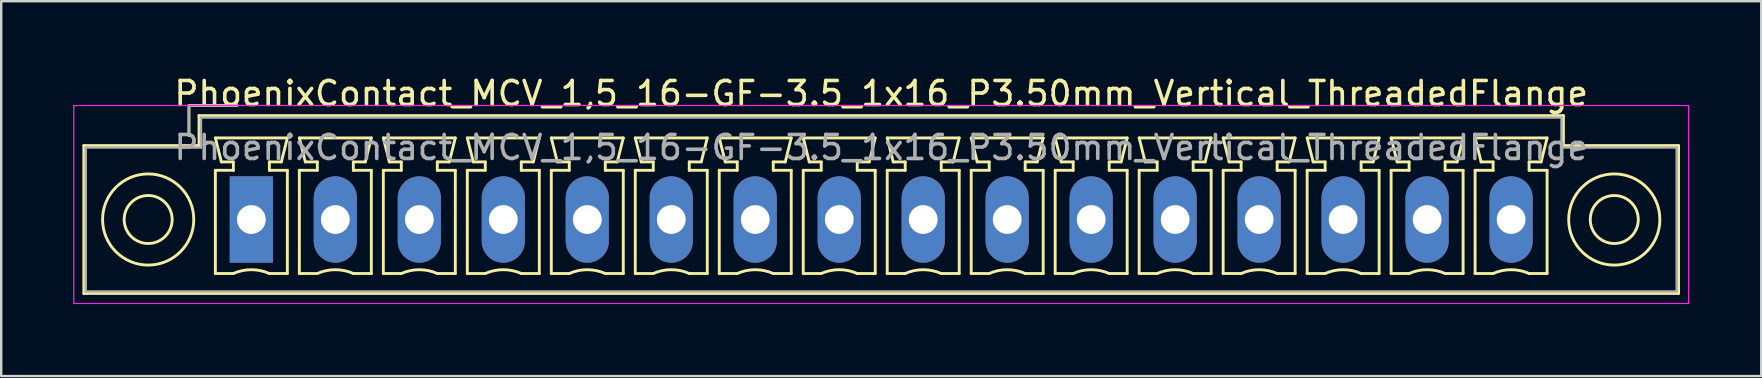
<source format=kicad_pcb>
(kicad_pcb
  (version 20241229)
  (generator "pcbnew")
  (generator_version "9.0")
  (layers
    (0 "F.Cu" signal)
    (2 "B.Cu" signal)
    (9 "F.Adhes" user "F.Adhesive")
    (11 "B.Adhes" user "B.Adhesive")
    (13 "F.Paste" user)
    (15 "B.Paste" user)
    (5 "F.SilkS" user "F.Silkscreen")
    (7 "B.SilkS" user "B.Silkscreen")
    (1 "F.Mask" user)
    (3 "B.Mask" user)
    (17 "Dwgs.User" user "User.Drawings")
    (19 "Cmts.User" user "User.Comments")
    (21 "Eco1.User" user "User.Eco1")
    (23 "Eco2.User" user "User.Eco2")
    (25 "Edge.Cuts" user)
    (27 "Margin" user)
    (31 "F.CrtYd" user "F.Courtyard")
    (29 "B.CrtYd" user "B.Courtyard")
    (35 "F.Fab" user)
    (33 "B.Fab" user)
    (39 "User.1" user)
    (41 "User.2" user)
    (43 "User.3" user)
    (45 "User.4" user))
  (footprint "PhoenixContact_MCV_1,5_16-GF-3.5_1x16_P3.50mm_Vertical_ThreadedFlange"
    (layer "F.Cu")
    (at 7.425 6.098)
    (property "Reference" "PhoenixContact_MCV_1,5_16-GF-3.5_1x16_P3.50mm_Vertical_ThreadedFlange" (at 26.25 -5.25 0) (layer "F.SilkS") (effects (font (size 1 1) (thickness 0.15))))
    (attr through_hole)
    (fp_line (start -6.98 -3.08) (end -6.98 3.08) (stroke (width 0.12) (type solid)) (layer "F.SilkS"))
    (fp_line (start -6.98 3.08) (end 59.48 3.08) (stroke (width 0.12) (type solid)) (layer "F.SilkS"))
    (fp_line (start -2.6 -4.75) (end -0.6 -4.75) (stroke (width 0.12) (type solid)) (layer "F.SilkS"))
    (fp_line (start -2.6 -3.5) (end -2.6 -4.75) (stroke (width 0.12) (type solid)) (layer "F.SilkS"))
    (fp_line (start -2.18 -4.33) (end -2.18 -3.08) (stroke (width 0.12) (type solid)) (layer "F.SilkS"))
    (fp_line (start -2.18 -3.08) (end -6.98 -3.08) (stroke (width 0.12) (type solid)) (layer "F.SilkS"))
    (fp_line (start -1.5 -3.4) (end 1.5 -3.4) (stroke (width 0.12) (type solid)) (layer "F.SilkS"))
    (fp_line (start -1.5 -2.05) (end -0.75 -2.05) (stroke (width 0.12) (type solid)) (layer "F.SilkS"))
    (fp_line (start -1.5 2.25) (end -1.5 -2.05) (stroke (width 0.12) (type solid)) (layer "F.SilkS"))
    (fp_line (start -1.25 -2.4) (end -1.5 -3.4) (stroke (width 0.12) (type solid)) (layer "F.SilkS"))
    (fp_line (start -0.75 -2.4) (end -1.25 -2.4) (stroke (width 0.12) (type solid)) (layer "F.SilkS"))
    (fp_line (start -0.75 -2.05) (end -0.75 -2.4) (stroke (width 0.12) (type solid)) (layer "F.SilkS"))
    (fp_line (start -0.75 2.25) (end -1.5 2.25) (stroke (width 0.12) (type solid)) (layer "F.SilkS"))
    (fp_line (start 0.75 -2.4) (end 0.75 -2.05) (stroke (width 0.12) (type solid)) (layer "F.SilkS"))
    (fp_line (start 0.75 -2.05) (end 1.5 -2.05) (stroke (width 0.12) (type solid)) (layer "F.SilkS"))
    (fp_line (start 1.25 -2.4) (end 0.75 -2.4) (stroke (width 0.12) (type solid)) (layer "F.SilkS"))
    (fp_line (start 1.5 -3.4) (end 1.25 -2.4) (stroke (width 0.12) (type solid)) (layer "F.SilkS"))
    (fp_line (start 1.5 -2.05) (end 1.5 2.25) (stroke (width 0.12) (type solid)) (layer "F.SilkS"))
    (fp_line (start 1.5 2.25) (end 0.75 2.25) (stroke (width 0.12) (type solid)) (layer "F.SilkS"))
    (fp_line (start 2 -3.4) (end 5 -3.4) (stroke (width 0.12) (type solid)) (layer "F.SilkS"))
    (fp_line (start 2 -2.05) (end 2.75 -2.05) (stroke (width 0.12) (type solid)) (layer "F.SilkS"))
    (fp_line (start 2 2.25) (end 2 -2.05) (stroke (width 0.12) (type solid)) (layer "F.SilkS"))
    (fp_line (start 2.25 -2.4) (end 2 -3.4) (stroke (width 0.12) (type solid)) (layer "F.SilkS"))
    (fp_line (start 2.75 -2.4) (end 2.25 -2.4) (stroke (width 0.12) (type solid)) (layer "F.SilkS"))
    (fp_line (start 2.75 -2.05) (end 2.75 -2.4) (stroke (width 0.12) (type solid)) (layer "F.SilkS"))
    (fp_line (start 2.75 2.25) (end 2 2.25) (stroke (width 0.12) (type solid)) (layer "F.SilkS"))
    (fp_line (start 4.25 -2.4) (end 4.25 -2.05) (stroke (width 0.12) (type solid)) (layer "F.SilkS"))
    (fp_line (start 4.25 -2.05) (end 5 -2.05) (stroke (width 0.12) (type solid)) (layer "F.SilkS"))
    (fp_line (start 4.75 -2.4) (end 4.25 -2.4) (stroke (width 0.12) (type solid)) (layer "F.SilkS"))
    (fp_line (start 5 -3.4) (end 4.75 -2.4) (stroke (width 0.12) (type solid)) (layer "F.SilkS"))
    (fp_line (start 5 -2.05) (end 5 2.25) (stroke (width 0.12) (type solid)) (layer "F.SilkS"))
    (fp_line (start 5 2.25) (end 4.25 2.25) (stroke (width 0.12) (type solid)) (layer "F.SilkS"))
    (fp_line (start 5.5 -3.4) (end 8.5 -3.4) (stroke (width 0.12) (type solid)) (layer "F.SilkS"))
    (fp_line (start 5.5 -2.05) (end 6.25 -2.05) (stroke (width 0.12) (type solid)) (layer "F.SilkS"))
    (fp_line (start 5.5 2.25) (end 5.5 -2.05) (stroke (width 0.12) (type solid)) (layer "F.SilkS"))
    (fp_line (start 5.75 -2.4) (end 5.5 -3.4) (stroke (width 0.12) (type solid)) (layer "F.SilkS"))
    (fp_line (start 6.25 -2.4) (end 5.75 -2.4) (stroke (width 0.12) (type solid)) (layer "F.SilkS"))
    (fp_line (start 6.25 -2.05) (end 6.25 -2.4) (stroke (width 0.12) (type solid)) (layer "F.SilkS"))
    (fp_line (start 6.25 2.25) (end 5.5 2.25) (stroke (width 0.12) (type solid)) (layer "F.SilkS"))
    (fp_line (start 7.75 -2.4) (end 7.75 -2.05) (stroke (width 0.12) (type solid)) (layer "F.SilkS"))
    (fp_line (start 7.75 -2.05) (end 8.5 -2.05) (stroke (width 0.12) (type solid)) (layer "F.SilkS"))
    (fp_line (start 8.25 -2.4) (end 7.75 -2.4) (stroke (width 0.12) (type solid)) (layer "F.SilkS"))
    (fp_line (start 8.5 -3.4) (end 8.25 -2.4) (stroke (width 0.12) (type solid)) (layer "F.SilkS"))
    (fp_line (start 8.5 -2.05) (end 8.5 2.25) (stroke (width 0.12) (type solid)) (layer "F.SilkS"))
    (fp_line (start 8.5 2.25) (end 7.75 2.25) (stroke (width 0.12) (type solid)) (layer "F.SilkS"))
    (fp_line (start 9 -3.4) (end 12 -3.4) (stroke (width 0.12) (type solid)) (layer "F.SilkS"))
    (fp_line (start 9 -2.05) (end 9.75 -2.05) (stroke (width 0.12) (type solid)) (layer "F.SilkS"))
    (fp_line (start 9 2.25) (end 9 -2.05) (stroke (width 0.12) (type solid)) (layer "F.SilkS"))
    (fp_line (start 9.25 -2.4) (end 9 -3.4) (stroke (width 0.12) (type solid)) (layer "F.SilkS"))
    (fp_line (start 9.75 -2.4) (end 9.25 -2.4) (stroke (width 0.12) (type solid)) (layer "F.SilkS"))
    (fp_line (start 9.75 -2.05) (end 9.75 -2.4) (stroke (width 0.12) (type solid)) (layer "F.SilkS"))
    (fp_line (start 9.75 2.25) (end 9 2.25) (stroke (width 0.12) (type solid)) (layer "F.SilkS"))
    (fp_line (start 11.25 -2.4) (end 11.25 -2.05) (stroke (width 0.12) (type solid)) (layer "F.SilkS"))
    (fp_line (start 11.25 -2.05) (end 12 -2.05) (stroke (width 0.12) (type solid)) (layer "F.SilkS"))
    (fp_line (start 11.75 -2.4) (end 11.25 -2.4) (stroke (width 0.12) (type solid)) (layer "F.SilkS"))
    (fp_line (start 12 -3.4) (end 11.75 -2.4) (stroke (width 0.12) (type solid)) (layer "F.SilkS"))
    (fp_line (start 12 -2.05) (end 12 2.25) (stroke (width 0.12) (type solid)) (layer "F.SilkS"))
    (fp_line (start 12 2.25) (end 11.25 2.25) (stroke (width 0.12) (type solid)) (layer "F.SilkS"))
    (fp_line (start 12.5 -3.4) (end 15.5 -3.4) (stroke (width 0.12) (type solid)) (layer "F.SilkS"))
    (fp_line (start 12.5 -2.05) (end 13.25 -2.05) (stroke (width 0.12) (type solid)) (layer "F.SilkS"))
    (fp_line (start 12.5 2.25) (end 12.5 -2.05) (stroke (width 0.12) (type solid)) (layer "F.SilkS"))
    (fp_line (start 12.75 -2.4) (end 12.5 -3.4) (stroke (width 0.12) (type solid)) (layer "F.SilkS"))
    (fp_line (start 13.25 -2.4) (end 12.75 -2.4) (stroke (width 0.12) (type solid)) (layer "F.SilkS"))
    (fp_line (start 13.25 -2.05) (end 13.25 -2.4) (stroke (width 0.12) (type solid)) (layer "F.SilkS"))
    (fp_line (start 13.25 2.25) (end 12.5 2.25) (stroke (width 0.12) (type solid)) (layer "F.SilkS"))
    (fp_line (start 14.75 -2.4) (end 14.75 -2.05) (stroke (width 0.12) (type solid)) (layer "F.SilkS"))
    (fp_line (start 14.75 -2.05) (end 15.5 -2.05) (stroke (width 0.12) (type solid)) (layer "F.SilkS"))
    (fp_line (start 15.25 -2.4) (end 14.75 -2.4) (stroke (width 0.12) (type solid)) (layer "F.SilkS"))
    (fp_line (start 15.5 -3.4) (end 15.25 -2.4) (stroke (width 0.12) (type solid)) (layer "F.SilkS"))
    (fp_line (start 15.5 -2.05) (end 15.5 2.25) (stroke (width 0.12) (type solid)) (layer "F.SilkS"))
    (fp_line (start 15.5 2.25) (end 14.75 2.25) (stroke (width 0.12) (type solid)) (layer "F.SilkS"))
    (fp_line (start 16 -3.4) (end 19 -3.4) (stroke (width 0.12) (type solid)) (layer "F.SilkS"))
    (fp_line (start 16 -2.05) (end 16.75 -2.05) (stroke (width 0.12) (type solid)) (layer "F.SilkS"))
    (fp_line (start 16 2.25) (end 16 -2.05) (stroke (width 0.12) (type solid)) (layer "F.SilkS"))
    (fp_line (start 16.25 -2.4) (end 16 -3.4) (stroke (width 0.12) (type solid)) (layer "F.SilkS"))
    (fp_line (start 16.75 -2.4) (end 16.25 -2.4) (stroke (width 0.12) (type solid)) (layer "F.SilkS"))
    (fp_line (start 16.75 -2.05) (end 16.75 -2.4) (stroke (width 0.12) (type solid)) (layer "F.SilkS"))
    (fp_line (start 16.75 2.25) (end 16 2.25) (stroke (width 0.12) (type solid)) (layer "F.SilkS"))
    (fp_line (start 18.25 -2.4) (end 18.25 -2.05) (stroke (width 0.12) (type solid)) (layer "F.SilkS"))
    (fp_line (start 18.25 -2.05) (end 19 -2.05) (stroke (width 0.12) (type solid)) (layer "F.SilkS"))
    (fp_line (start 18.75 -2.4) (end 18.25 -2.4) (stroke (width 0.12) (type solid)) (layer "F.SilkS"))
    (fp_line (start 19 -3.4) (end 18.75 -2.4) (stroke (width 0.12) (type solid)) (layer "F.SilkS"))
    (fp_line (start 19 -2.05) (end 19 2.25) (stroke (width 0.12) (type solid)) (layer "F.SilkS"))
    (fp_line (start 19 2.25) (end 18.25 2.25) (stroke (width 0.12) (type solid)) (layer "F.SilkS"))
    (fp_line (start 19.5 -3.4) (end 22.5 -3.4) (stroke (width 0.12) (type solid)) (layer "F.SilkS"))
    (fp_line (start 19.5 -2.05) (end 20.25 -2.05) (stroke (width 0.12) (type solid)) (layer "F.SilkS"))
    (fp_line (start 19.5 2.25) (end 19.5 -2.05) (stroke (width 0.12) (type solid)) (layer "F.SilkS"))
    (fp_line (start 19.75 -2.4) (end 19.5 -3.4) (stroke (width 0.12) (type solid)) (layer "F.SilkS"))
    (fp_line (start 20.25 -2.4) (end 19.75 -2.4) (stroke (width 0.12) (type solid)) (layer "F.SilkS"))
    (fp_line (start 20.25 -2.05) (end 20.25 -2.4) (stroke (width 0.12) (type solid)) (layer "F.SilkS"))
    (fp_line (start 20.25 2.25) (end 19.5 2.25) (stroke (width 0.12) (type solid)) (layer "F.SilkS"))
    (fp_line (start 21.75 -2.4) (end 21.75 -2.05) (stroke (width 0.12) (type solid)) (layer "F.SilkS"))
    (fp_line (start 21.75 -2.05) (end 22.5 -2.05) (stroke (width 0.12) (type solid)) (layer "F.SilkS"))
    (fp_line (start 22.25 -2.4) (end 21.75 -2.4) (stroke (width 0.12) (type solid)) (layer "F.SilkS"))
    (fp_line (start 22.5 -3.4) (end 22.25 -2.4) (stroke (width 0.12) (type solid)) (layer "F.SilkS"))
    (fp_line (start 22.5 -2.05) (end 22.5 2.25) (stroke (width 0.12) (type solid)) (layer "F.SilkS"))
    (fp_line (start 22.5 2.25) (end 21.75 2.25) (stroke (width 0.12) (type solid)) (layer "F.SilkS"))
    (fp_line (start 23 -3.4) (end 26 -3.4) (stroke (width 0.12) (type solid)) (layer "F.SilkS"))
    (fp_line (start 23 -2.05) (end 23.75 -2.05) (stroke (width 0.12) (type solid)) (layer "F.SilkS"))
    (fp_line (start 23 2.25) (end 23 -2.05) (stroke (width 0.12) (type solid)) (layer "F.SilkS"))
    (fp_line (start 23.25 -2.4) (end 23 -3.4) (stroke (width 0.12) (type solid)) (layer "F.SilkS"))
    (fp_line (start 23.75 -2.4) (end 23.25 -2.4) (stroke (width 0.12) (type solid)) (layer "F.SilkS"))
    (fp_line (start 23.75 -2.05) (end 23.75 -2.4) (stroke (width 0.12) (type solid)) (layer "F.SilkS"))
    (fp_line (start 23.75 2.25) (end 23 2.25) (stroke (width 0.12) (type solid)) (layer "F.SilkS"))
    (fp_line (start 25.25 -2.4) (end 25.25 -2.05) (stroke (width 0.12) (type solid)) (layer "F.SilkS"))
    (fp_line (start 25.25 -2.05) (end 26 -2.05) (stroke (width 0.12) (type solid)) (layer "F.SilkS"))
    (fp_line (start 25.75 -2.4) (end 25.25 -2.4) (stroke (width 0.12) (type solid)) (layer "F.SilkS"))
    (fp_line (start 26 -3.4) (end 25.75 -2.4) (stroke (width 0.12) (type solid)) (layer "F.SilkS"))
    (fp_line (start 26 -2.05) (end 26 2.25) (stroke (width 0.12) (type solid)) (layer "F.SilkS"))
    (fp_line (start 26 2.25) (end 25.25 2.25) (stroke (width 0.12) (type solid)) (layer "F.SilkS"))
    (fp_line (start 26.5 -3.4) (end 29.5 -3.4) (stroke (width 0.12) (type solid)) (layer "F.SilkS"))
    (fp_line (start 26.5 -2.05) (end 27.25 -2.05) (stroke (width 0.12) (type solid)) (layer "F.SilkS"))
    (fp_line (start 26.5 2.25) (end 26.5 -2.05) (stroke (width 0.12) (type solid)) (layer "F.SilkS"))
    (fp_line (start 26.75 -2.4) (end 26.5 -3.4) (stroke (width 0.12) (type solid)) (layer "F.SilkS"))
    (fp_line (start 27.25 -2.4) (end 26.75 -2.4) (stroke (width 0.12) (type solid)) (layer "F.SilkS"))
    (fp_line (start 27.25 -2.05) (end 27.25 -2.4) (stroke (width 0.12) (type solid)) (layer "F.SilkS"))
    (fp_line (start 27.25 2.25) (end 26.5 2.25) (stroke (width 0.12) (type solid)) (layer "F.SilkS"))
    (fp_line (start 28.75 -2.4) (end 28.75 -2.05) (stroke (width 0.12) (type solid)) (layer "F.SilkS"))
    (fp_line (start 28.75 -2.05) (end 29.5 -2.05) (stroke (width 0.12) (type solid)) (layer "F.SilkS"))
    (fp_line (start 29.25 -2.4) (end 28.75 -2.4) (stroke (width 0.12) (type solid)) (layer "F.SilkS"))
    (fp_line (start 29.5 -3.4) (end 29.25 -2.4) (stroke (width 0.12) (type solid)) (layer "F.SilkS"))
    (fp_line (start 29.5 -2.05) (end 29.5 2.25) (stroke (width 0.12) (type solid)) (layer "F.SilkS"))
    (fp_line (start 29.5 2.25) (end 28.75 2.25) (stroke (width 0.12) (type solid)) (layer "F.SilkS"))
    (fp_line (start 30 -3.4) (end 33 -3.4) (stroke (width 0.12) (type solid)) (layer "F.SilkS"))
    (fp_line (start 30 -2.05) (end 30.75 -2.05) (stroke (width 0.12) (type solid)) (layer "F.SilkS"))
    (fp_line (start 30 2.25) (end 30 -2.05) (stroke (width 0.12) (type solid)) (layer "F.SilkS"))
    (fp_line (start 30.25 -2.4) (end 30 -3.4) (stroke (width 0.12) (type solid)) (layer "F.SilkS"))
    (fp_line (start 30.75 -2.4) (end 30.25 -2.4) (stroke (width 0.12) (type solid)) (layer "F.SilkS"))
    (fp_line (start 30.75 -2.05) (end 30.75 -2.4) (stroke (width 0.12) (type solid)) (layer "F.SilkS"))
    (fp_line (start 30.75 2.25) (end 30 2.25) (stroke (width 0.12) (type solid)) (layer "F.SilkS"))
    (fp_line (start 32.25 -2.4) (end 32.25 -2.05) (stroke (width 0.12) (type solid)) (layer "F.SilkS"))
    (fp_line (start 32.25 -2.05) (end 33 -2.05) (stroke (width 0.12) (type solid)) (layer "F.SilkS"))
    (fp_line (start 32.75 -2.4) (end 32.25 -2.4) (stroke (width 0.12) (type solid)) (layer "F.SilkS"))
    (fp_line (start 33 -3.4) (end 32.75 -2.4) (stroke (width 0.12) (type solid)) (layer "F.SilkS"))
    (fp_line (start 33 -2.05) (end 33 2.25) (stroke (width 0.12) (type solid)) (layer "F.SilkS"))
    (fp_line (start 33 2.25) (end 32.25 2.25) (stroke (width 0.12) (type solid)) (layer "F.SilkS"))
    (fp_line (start 33.5 -3.4) (end 36.5 -3.4) (stroke (width 0.12) (type solid)) (layer "F.SilkS"))
    (fp_line (start 33.5 -2.05) (end 34.25 -2.05) (stroke (width 0.12) (type solid)) (layer "F.SilkS"))
    (fp_line (start 33.5 2.25) (end 33.5 -2.05) (stroke (width 0.12) (type solid)) (layer "F.SilkS"))
    (fp_line (start 33.75 -2.4) (end 33.5 -3.4) (stroke (width 0.12) (type solid)) (layer "F.SilkS"))
    (fp_line (start 34.25 -2.4) (end 33.75 -2.4) (stroke (width 0.12) (type solid)) (layer "F.SilkS"))
    (fp_line (start 34.25 -2.05) (end 34.25 -2.4) (stroke (width 0.12) (type solid)) (layer "F.SilkS"))
    (fp_line (start 34.25 2.25) (end 33.5 2.25) (stroke (width 0.12) (type solid)) (layer "F.SilkS"))
    (fp_line (start 35.75 -2.4) (end 35.75 -2.05) (stroke (width 0.12) (type solid)) (layer "F.SilkS"))
    (fp_line (start 35.75 -2.05) (end 36.5 -2.05) (stroke (width 0.12) (type solid)) (layer "F.SilkS"))
    (fp_line (start 36.25 -2.4) (end 35.75 -2.4) (stroke (width 0.12) (type solid)) (layer "F.SilkS"))
    (fp_line (start 36.5 -3.4) (end 36.25 -2.4) (stroke (width 0.12) (type solid)) (layer "F.SilkS"))
    (fp_line (start 36.5 -2.05) (end 36.5 2.25) (stroke (width 0.12) (type solid)) (layer "F.SilkS"))
    (fp_line (start 36.5 2.25) (end 35.75 2.25) (stroke (width 0.12) (type solid)) (layer "F.SilkS"))
    (fp_line (start 37 -3.4) (end 40 -3.4) (stroke (width 0.12) (type solid)) (layer "F.SilkS"))
    (fp_line (start 37 -2.05) (end 37.75 -2.05) (stroke (width 0.12) (type solid)) (layer "F.SilkS"))
    (fp_line (start 37 2.25) (end 37 -2.05) (stroke (width 0.12) (type solid)) (layer "F.SilkS"))
    (fp_line (start 37.25 -2.4) (end 37 -3.4) (stroke (width 0.12) (type solid)) (layer "F.SilkS"))
    (fp_line (start 37.75 -2.4) (end 37.25 -2.4) (stroke (width 0.12) (type solid)) (layer "F.SilkS"))
    (fp_line (start 37.75 -2.05) (end 37.75 -2.4) (stroke (width 0.12) (type solid)) (layer "F.SilkS"))
    (fp_line (start 37.75 2.25) (end 37 2.25) (stroke (width 0.12) (type solid)) (layer "F.SilkS"))
    (fp_line (start 39.25 -2.4) (end 39.25 -2.05) (stroke (width 0.12) (type solid)) (layer "F.SilkS"))
    (fp_line (start 39.25 -2.05) (end 40 -2.05) (stroke (width 0.12) (type solid)) (layer "F.SilkS"))
    (fp_line (start 39.75 -2.4) (end 39.25 -2.4) (stroke (width 0.12) (type solid)) (layer "F.SilkS"))
    (fp_line (start 40 -3.4) (end 39.75 -2.4) (stroke (width 0.12) (type solid)) (layer "F.SilkS"))
    (fp_line (start 40 -2.05) (end 40 2.25) (stroke (width 0.12) (type solid)) (layer "F.SilkS"))
    (fp_line (start 40 2.25) (end 39.25 2.25) (stroke (width 0.12) (type solid)) (layer "F.SilkS"))
    (fp_line (start 40.5 -3.4) (end 43.5 -3.4) (stroke (width 0.12) (type solid)) (layer "F.SilkS"))
    (fp_line (start 40.5 -2.05) (end 41.25 -2.05) (stroke (width 0.12) (type solid)) (layer "F.SilkS"))
    (fp_line (start 40.5 2.25) (end 40.5 -2.05) (stroke (width 0.12) (type solid)) (layer "F.SilkS"))
    (fp_line (start 40.75 -2.4) (end 40.5 -3.4) (stroke (width 0.12) (type solid)) (layer "F.SilkS"))
    (fp_line (start 41.25 -2.4) (end 40.75 -2.4) (stroke (width 0.12) (type solid)) (layer "F.SilkS"))
    (fp_line (start 41.25 -2.05) (end 41.25 -2.4) (stroke (width 0.12) (type solid)) (layer "F.SilkS"))
    (fp_line (start 41.25 2.25) (end 40.5 2.25) (stroke (width 0.12) (type solid)) (layer "F.SilkS"))
    (fp_line (start 42.75 -2.4) (end 42.75 -2.05) (stroke (width 0.12) (type solid)) (layer "F.SilkS"))
    (fp_line (start 42.75 -2.05) (end 43.5 -2.05) (stroke (width 0.12) (type solid)) (layer "F.SilkS"))
    (fp_line (start 43.25 -2.4) (end 42.75 -2.4) (stroke (width 0.12) (type solid)) (layer "F.SilkS"))
    (fp_line (start 43.5 -3.4) (end 43.25 -2.4) (stroke (width 0.12) (type solid)) (layer "F.SilkS"))
    (fp_line (start 43.5 -2.05) (end 43.5 2.25) (stroke (width 0.12) (type solid)) (layer "F.SilkS"))
    (fp_line (start 43.5 2.25) (end 42.75 2.25) (stroke (width 0.12) (type solid)) (layer "F.SilkS"))
    (fp_line (start 44 -3.4) (end 47 -3.4) (stroke (width 0.12) (type solid)) (layer "F.SilkS"))
    (fp_line (start 44 -2.05) (end 44.75 -2.05) (stroke (width 0.12) (type solid)) (layer "F.SilkS"))
    (fp_line (start 44 2.25) (end 44 -2.05) (stroke (width 0.12) (type solid)) (layer "F.SilkS"))
    (fp_line (start 44.25 -2.4) (end 44 -3.4) (stroke (width 0.12) (type solid)) (layer "F.SilkS"))
    (fp_line (start 44.75 -2.4) (end 44.25 -2.4) (stroke (width 0.12) (type solid)) (layer "F.SilkS"))
    (fp_line (start 44.75 -2.05) (end 44.75 -2.4) (stroke (width 0.12) (type solid)) (layer "F.SilkS"))
    (fp_line (start 44.75 2.25) (end 44 2.25) (stroke (width 0.12) (type solid)) (layer "F.SilkS"))
    (fp_line (start 46.25 -2.4) (end 46.25 -2.05) (stroke (width 0.12) (type solid)) (layer "F.SilkS"))
    (fp_line (start 46.25 -2.05) (end 47 -2.05) (stroke (width 0.12) (type solid)) (layer "F.SilkS"))
    (fp_line (start 46.75 -2.4) (end 46.25 -2.4) (stroke (width 0.12) (type solid)) (layer "F.SilkS"))
    (fp_line (start 47 -3.4) (end 46.75 -2.4) (stroke (width 0.12) (type solid)) (layer "F.SilkS"))
    (fp_line (start 47 -2.05) (end 47 2.25) (stroke (width 0.12) (type solid)) (layer "F.SilkS"))
    (fp_line (start 47 2.25) (end 46.25 2.25) (stroke (width 0.12) (type solid)) (layer "F.SilkS"))
    (fp_line (start 47.5 -3.4) (end 50.5 -3.4) (stroke (width 0.12) (type solid)) (layer "F.SilkS"))
    (fp_line (start 47.5 -2.05) (end 48.25 -2.05) (stroke (width 0.12) (type solid)) (layer "F.SilkS"))
    (fp_line (start 47.5 2.25) (end 47.5 -2.05) (stroke (width 0.12) (type solid)) (layer "F.SilkS"))
    (fp_line (start 47.75 -2.4) (end 47.5 -3.4) (stroke (width 0.12) (type solid)) (layer "F.SilkS"))
    (fp_line (start 48.25 -2.4) (end 47.75 -2.4) (stroke (width 0.12) (type solid)) (layer "F.SilkS"))
    (fp_line (start 48.25 -2.05) (end 48.25 -2.4) (stroke (width 0.12) (type solid)) (layer "F.SilkS"))
    (fp_line (start 48.25 2.25) (end 47.5 2.25) (stroke (width 0.12) (type solid)) (layer "F.SilkS"))
    (fp_line (start 49.75 -2.4) (end 49.75 -2.05) (stroke (width 0.12) (type solid)) (layer "F.SilkS"))
    (fp_line (start 49.75 -2.05) (end 50.5 -2.05) (stroke (width 0.12) (type solid)) (layer "F.SilkS"))
    (fp_line (start 50.25 -2.4) (end 49.75 -2.4) (stroke (width 0.12) (type solid)) (layer "F.SilkS"))
    (fp_line (start 50.5 -3.4) (end 50.25 -2.4) (stroke (width 0.12) (type solid)) (layer "F.SilkS"))
    (fp_line (start 50.5 -2.05) (end 50.5 2.25) (stroke (width 0.12) (type solid)) (layer "F.SilkS"))
    (fp_line (start 50.5 2.25) (end 49.75 2.25) (stroke (width 0.12) (type solid)) (layer "F.SilkS"))
    (fp_line (start 51 -3.4) (end 54 -3.4) (stroke (width 0.12) (type solid)) (layer "F.SilkS"))
    (fp_line (start 51 -2.05) (end 51.75 -2.05) (stroke (width 0.12) (type solid)) (layer "F.SilkS"))
    (fp_line (start 51 2.25) (end 51 -2.05) (stroke (width 0.12) (type solid)) (layer "F.SilkS"))
    (fp_line (start 51.25 -2.4) (end 51 -3.4) (stroke (width 0.12) (type solid)) (layer "F.SilkS"))
    (fp_line (start 51.75 -2.4) (end 51.25 -2.4) (stroke (width 0.12) (type solid)) (layer "F.SilkS"))
    (fp_line (start 51.75 -2.05) (end 51.75 -2.4) (stroke (width 0.12) (type solid)) (layer "F.SilkS"))
    (fp_line (start 51.75 2.25) (end 51 2.25) (stroke (width 0.12) (type solid)) (layer "F.SilkS"))
    (fp_line (start 53.25 -2.4) (end 53.25 -2.05) (stroke (width 0.12) (type solid)) (layer "F.SilkS"))
    (fp_line (start 53.25 -2.05) (end 54 -2.05) (stroke (width 0.12) (type solid)) (layer "F.SilkS"))
    (fp_line (start 53.75 -2.4) (end 53.25 -2.4) (stroke (width 0.12) (type solid)) (layer "F.SilkS"))
    (fp_line (start 54 -3.4) (end 53.75 -2.4) (stroke (width 0.12) (type solid)) (layer "F.SilkS"))
    (fp_line (start 54 -2.05) (end 54 2.25) (stroke (width 0.12) (type solid)) (layer "F.SilkS"))
    (fp_line (start 54 2.25) (end 53.25 2.25) (stroke (width 0.12) (type solid)) (layer "F.SilkS"))
    (fp_line (start 54.68 -4.33) (end -2.18 -4.33) (stroke (width 0.12) (type solid)) (layer "F.SilkS"))
    (fp_line (start 54.68 -3.08) (end 54.68 -4.33) (stroke (width 0.12) (type solid)) (layer "F.SilkS"))
    (fp_line (start 59.48 -3.08) (end 54.68 -3.08) (stroke (width 0.12) (type solid)) (layer "F.SilkS"))
    (fp_line (start 59.48 3.08) (end 59.48 -3.08) (stroke (width 0.12) (type solid)) (layer "F.SilkS"))
    (fp_arc (start -0.75 2.25) (mid -0.000193 2.09191) (end 0.749647 2.249844) (stroke (width 0.12) (type solid)) (layer "F.SilkS"))
    (fp_arc (start 2.75 2.25) (mid 3.499807 2.09191) (end 4.249647 2.249844) (stroke (width 0.12) (type solid)) (layer "F.SilkS"))
    (fp_arc (start 6.25 2.25) (mid 6.999807 2.09191) (end 7.749647 2.249844) (stroke (width 0.12) (type solid)) (layer "F.SilkS"))
    (fp_arc (start 9.75 2.25) (mid 10.499807 2.09191) (end 11.249647 2.249844) (stroke (width 0.12) (type solid)) (layer "F.SilkS"))
    (fp_arc (start 13.25 2.25) (mid 13.999807 2.09191) (end 14.749647 2.249844) (stroke (width 0.12) (type solid)) (layer "F.SilkS"))
    (fp_arc (start 16.75 2.25) (mid 17.499807 2.09191) (end 18.249647 2.249844) (stroke (width 0.12) (type solid)) (layer "F.SilkS"))
    (fp_arc (start 20.25 2.25) (mid 20.999807 2.09191) (end 21.749647 2.249844) (stroke (width 0.12) (type solid)) (layer "F.SilkS"))
    (fp_arc (start 23.75 2.25) (mid 24.499807 2.09191) (end 25.249647 2.249844) (stroke (width 0.12) (type solid)) (layer "F.SilkS"))
    (fp_arc (start 27.25 2.25) (mid 27.999807 2.09191) (end 28.749647 2.249844) (stroke (width 0.12) (type solid)) (layer "F.SilkS"))
    (fp_arc (start 30.75 2.25) (mid 31.499807 2.09191) (end 32.249647 2.249844) (stroke (width 0.12) (type solid)) (layer "F.SilkS"))
    (fp_arc (start 34.25 2.25) (mid 34.999807 2.09191) (end 35.749647 2.249844) (stroke (width 0.12) (type solid)) (layer "F.SilkS"))
    (fp_arc (start 37.75 2.25) (mid 38.499807 2.09191) (end 39.249647 2.249844) (stroke (width 0.12) (type solid)) (layer "F.SilkS"))
    (fp_arc (start 41.25 2.25) (mid 41.999807 2.09191) (end 42.749647 2.249844) (stroke (width 0.12) (type solid)) (layer "F.SilkS"))
    (fp_arc (start 44.75 2.25) (mid 45.499807 2.09191) (end 46.249647 2.249844) (stroke (width 0.12) (type solid)) (layer "F.SilkS"))
    (fp_arc (start 48.25 2.25) (mid 48.999807 2.09191) (end 49.749647 2.249844) (stroke (width 0.12) (type solid)) (layer "F.SilkS"))
    (fp_arc (start 51.75 2.25) (mid 52.499807 2.09191) (end 53.249647 2.249844) (stroke (width 0.12) (type solid)) (layer "F.SilkS"))
    (fp_circle (center -4.3 0) (end -3.3 0) (stroke (width 0.12) (type solid)) (fill no) (layer "F.SilkS"))
    (fp_circle (center -4.3 0) (end -2.4 0) (stroke (width 0.12) (type solid)) (fill no) (layer "F.SilkS"))
    (fp_circle (center 56.8 0) (end 57.8 0) (stroke (width 0.12) (type solid)) (fill no) (layer "F.SilkS"))
    (fp_circle (center 56.8 0) (end 58.7 0) (stroke (width 0.12) (type solid)) (fill no) (layer "F.SilkS"))
    (fp_line (start -7.4 -4.75) (end -7.4 3.5) (stroke (width 0.05) (type solid)) (layer "F.CrtYd"))
    (fp_line (start -7.4 3.5) (end 59.9 3.5) (stroke (width 0.05) (type solid)) (layer "F.CrtYd"))
    (fp_line (start 59.9 -4.75) (end -7.4 -4.75) (stroke (width 0.05) (type solid)) (layer "F.CrtYd"))
    (fp_line (start 59.9 3.5) (end 59.9 -4.75) (stroke (width 0.05) (type solid)) (layer "F.CrtYd"))
    (fp_line (start -6.9 -3) (end -6.9 3) (stroke (width 0.1) (type solid)) (layer "F.Fab"))
    (fp_line (start -6.9 3) (end 59.4 3) (stroke (width 0.1) (type solid)) (layer "F.Fab"))
    (fp_line (start -2.6 -4.75) (end -0.6 -4.75) (stroke (width 0.1) (type solid)) (layer "F.Fab"))
    (fp_line (start -2.6 -3.5) (end -2.6 -4.75) (stroke (width 0.1) (type solid)) (layer "F.Fab"))
    (fp_line (start -2.1 -4.25) (end -2.1 -3) (stroke (width 0.1) (type solid)) (layer "F.Fab"))
    (fp_line (start -2.1 -3) (end -6.9 -3) (stroke (width 0.1) (type solid)) (layer "F.Fab"))
    (fp_line (start 54.6 -4.25) (end -2.1 -4.25) (stroke (width 0.1) (type solid)) (layer "F.Fab"))
    (fp_line (start 54.6 -3) (end 54.6 -4.25) (stroke (width 0.1) (type solid)) (layer "F.Fab"))
    (fp_line (start 59.4 -3) (end 54.6 -3) (stroke (width 0.1) (type solid)) (layer "F.Fab"))
    (fp_line (start 59.4 3) (end 59.4 -3) (stroke (width 0.1) (type solid)) (layer "F.Fab"))
    (fp_text user "${REFERENCE}" (at 26.25 -3 0) (layer "F.Fab") (effects (font (size 1 1) (thickness 0.15))))
    (pad "1" thru_hole rect (at 0 0) (size 1.8 3.6) (drill 1.2) (layers "*.Cu" "*.Mask"))
    (pad "2" thru_hole oval (at 3.5 0) (size 1.8 3.6) (drill 1.2) (layers "*.Cu" "*.Mask"))
    (pad "3" thru_hole oval (at 7 0) (size 1.8 3.6) (drill 1.2) (layers "*.Cu" "*.Mask"))
    (pad "4" thru_hole oval (at 10.5 0) (size 1.8 3.6) (drill 1.2) (layers "*.Cu" "*.Mask"))
    (pad "5" thru_hole oval (at 14 0) (size 1.8 3.6) (drill 1.2) (layers "*.Cu" "*.Mask"))
    (pad "6" thru_hole oval (at 17.5 0) (size 1.8 3.6) (drill 1.2) (layers "*.Cu" "*.Mask"))
    (pad "7" thru_hole oval (at 21 0) (size 1.8 3.6) (drill 1.2) (layers "*.Cu" "*.Mask"))
    (pad "8" thru_hole oval (at 24.5 0) (size 1.8 3.6) (drill 1.2) (layers "*.Cu" "*.Mask"))
    (pad "9" thru_hole oval (at 28 0) (size 1.8 3.6) (drill 1.2) (layers "*.Cu" "*.Mask"))
    (pad "10" thru_hole oval (at 31.5 0) (size 1.8 3.6) (drill 1.2) (layers "*.Cu" "*.Mask"))
    (pad "11" thru_hole oval (at 35 0) (size 1.8 3.6) (drill 1.2) (layers "*.Cu" "*.Mask"))
    (pad "12" thru_hole oval (at 38.5 0) (size 1.8 3.6) (drill 1.2) (layers "*.Cu" "*.Mask"))
    (pad "13" thru_hole oval (at 42 0) (size 1.8 3.6) (drill 1.2) (layers "*.Cu" "*.Mask"))
    (pad "14" thru_hole oval (at 45.5 0) (size 1.8 3.6) (drill 1.2) (layers "*.Cu" "*.Mask"))
    (pad "15" thru_hole oval (at 49 0) (size 1.8 3.6) (drill 1.2) (layers "*.Cu" "*.Mask"))
    (pad "16" thru_hole oval (at 52.5 0) (size 1.8 3.6) (drill 1.2) (layers "*.Cu" "*.Mask")))
  (gr_rect
    (start -3 -3)
    (end 70.35 12.623)
    (stroke (width 0.1) (type default))
    (fill no)
    (layer "Edge.Cuts")))
</source>
